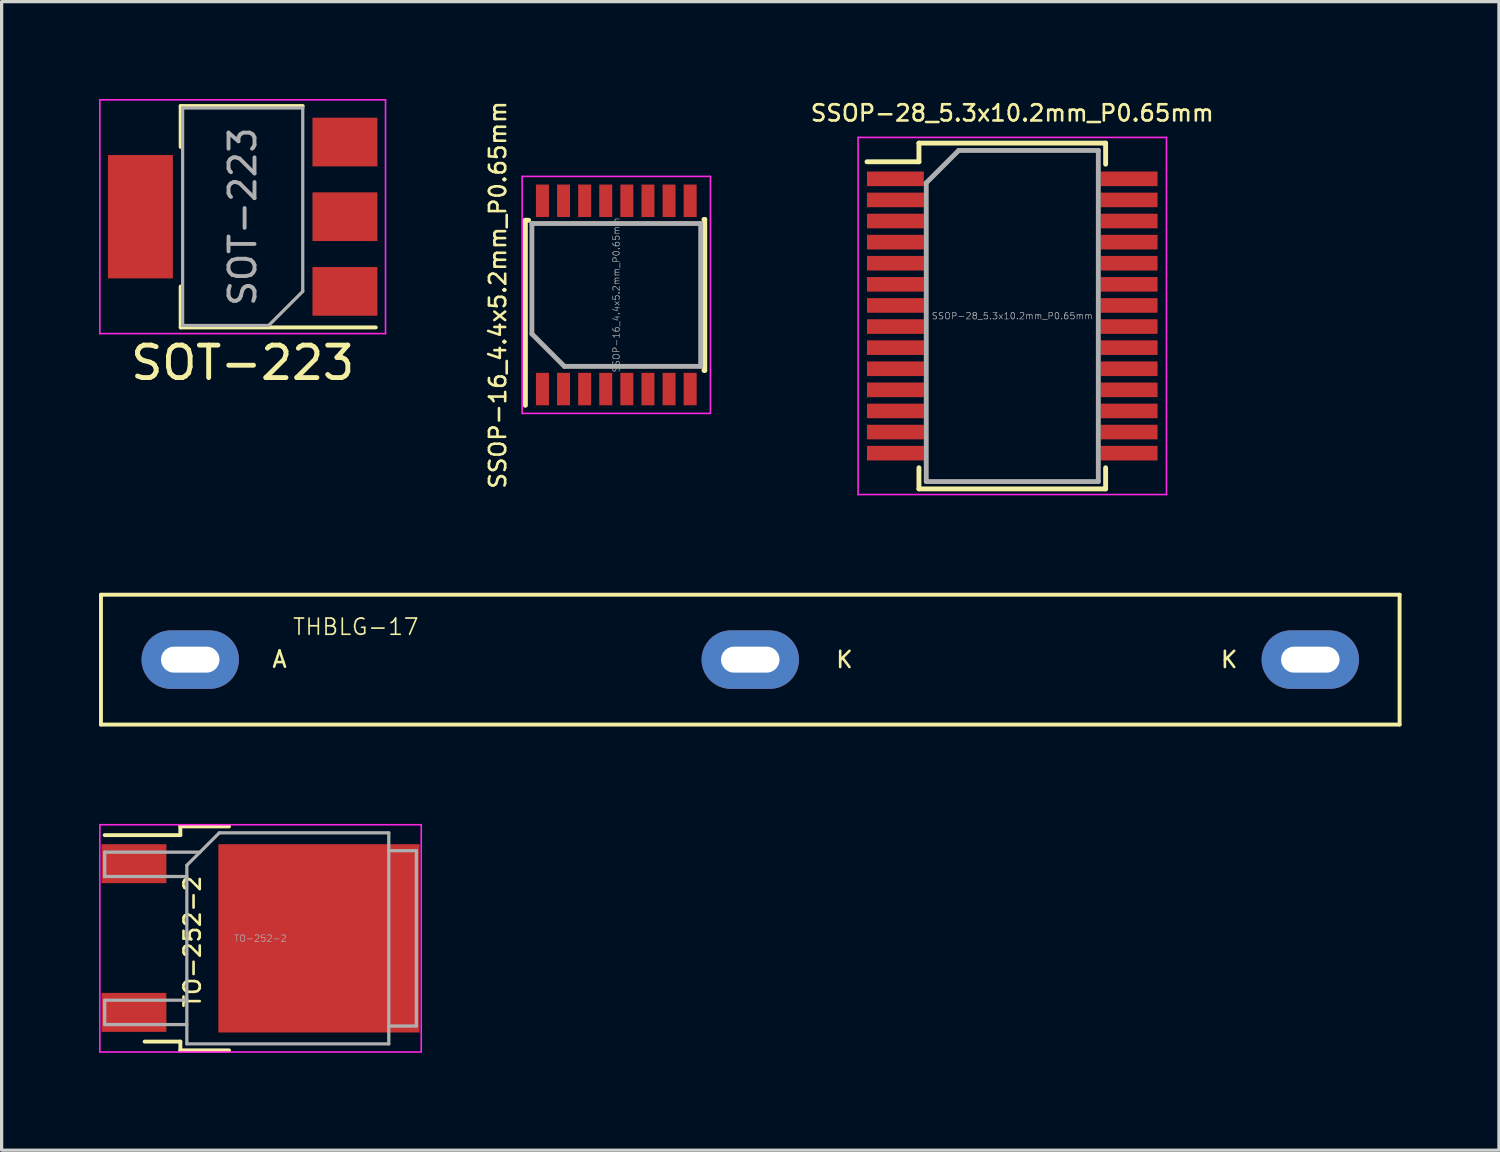
<source format=kicad_pcb>
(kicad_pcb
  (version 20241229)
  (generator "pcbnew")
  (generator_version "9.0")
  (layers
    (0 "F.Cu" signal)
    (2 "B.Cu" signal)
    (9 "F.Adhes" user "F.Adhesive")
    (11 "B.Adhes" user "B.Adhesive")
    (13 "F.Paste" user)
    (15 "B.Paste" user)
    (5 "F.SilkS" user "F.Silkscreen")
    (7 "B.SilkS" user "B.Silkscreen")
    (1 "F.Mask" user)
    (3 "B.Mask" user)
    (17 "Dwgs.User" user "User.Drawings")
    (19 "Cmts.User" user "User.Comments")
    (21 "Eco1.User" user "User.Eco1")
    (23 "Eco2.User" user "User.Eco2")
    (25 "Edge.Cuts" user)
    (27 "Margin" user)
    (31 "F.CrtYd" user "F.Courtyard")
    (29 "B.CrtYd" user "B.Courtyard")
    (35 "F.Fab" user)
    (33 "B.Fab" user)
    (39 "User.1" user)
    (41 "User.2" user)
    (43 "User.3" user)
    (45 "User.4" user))
  (footprint "SSOP-28_5.3x10.2mm_P0.65mm"
    (layer "F.Cu")
    (at 28.13 6.683)
    (property "Reference" "SSOP-28_5.3x10.2mm_P0.65mm" (at 0 -6.25 0) (layer "F.SilkS") (effects (font (size 0.5 0.5) (thickness 0.08))))
    (attr smd)
    (fp_line (start -2.875 -5.325) (end -2.875 -4.75) (stroke (width 0.15) (type solid)) (layer "F.SilkS"))
    (fp_line (start -2.875 -5.325) (end 2.875 -5.325) (stroke (width 0.15) (type solid)) (layer "F.SilkS"))
    (fp_line (start -2.875 -4.75) (end -4.475 -4.75) (stroke (width 0.15) (type solid)) (layer "F.SilkS"))
    (fp_line (start -2.875 5.325) (end -2.875 4.675) (stroke (width 0.15) (type solid)) (layer "F.SilkS"))
    (fp_line (start -2.875 5.325) (end 2.875 5.325) (stroke (width 0.15) (type solid)) (layer "F.SilkS"))
    (fp_line (start 2.875 -5.325) (end 2.875 -4.675) (stroke (width 0.15) (type solid)) (layer "F.SilkS"))
    (fp_line (start 2.875 5.325) (end 2.875 4.675) (stroke (width 0.15) (type solid)) (layer "F.SilkS"))
    (fp_line (start -4.75 -5.5) (end -4.75 5.5) (stroke (width 0.05) (type solid)) (layer "F.CrtYd"))
    (fp_line (start -4.75 -5.5) (end 4.75 -5.5) (stroke (width 0.05) (type solid)) (layer "F.CrtYd"))
    (fp_line (start -4.75 5.5) (end 4.75 5.5) (stroke (width 0.05) (type solid)) (layer "F.CrtYd"))
    (fp_line (start 4.75 -5.5) (end 4.75 5.5) (stroke (width 0.05) (type solid)) (layer "F.CrtYd"))
    (fp_line (start -2.65 -4.1) (end -1.65 -5.1) (stroke (width 0.15) (type solid)) (layer "F.Fab"))
    (fp_line (start -2.65 5.1) (end -2.65 -4.1) (stroke (width 0.15) (type solid)) (layer "F.Fab"))
    (fp_line (start -1.65 -5.1) (end 2.65 -5.1) (stroke (width 0.15) (type solid)) (layer "F.Fab"))
    (fp_line (start 2.65 -5.1) (end 2.65 5.1) (stroke (width 0.15) (type solid)) (layer "F.Fab"))
    (fp_line (start 2.65 5.1) (end -2.65 5.1) (stroke (width 0.15) (type solid)) (layer "F.Fab"))
    (fp_text user "${REFERENCE}" (at 0 0 0) (layer "F.Fab") (effects (font (size 0.2 0.2) (thickness 0.02))))
    (pad "1" smd rect (at -3.6 -4.225) (size 1.75 0.45) (layers "F.Cu" "F.Mask" "F.Paste"))
    (pad "2" smd rect (at -3.6 -3.575) (size 1.75 0.45) (layers "F.Cu" "F.Mask" "F.Paste"))
    (pad "3" smd rect (at -3.6 -2.925) (size 1.75 0.45) (layers "F.Cu" "F.Mask" "F.Paste"))
    (pad "4" smd rect (at -3.6 -2.275) (size 1.75 0.45) (layers "F.Cu" "F.Mask" "F.Paste"))
    (pad "5" smd rect (at -3.6 -1.625) (size 1.75 0.45) (layers "F.Cu" "F.Mask" "F.Paste"))
    (pad "6" smd rect (at -3.6 -0.975) (size 1.75 0.45) (layers "F.Cu" "F.Mask" "F.Paste"))
    (pad "7" smd rect (at -3.6 -0.325) (size 1.75 0.45) (layers "F.Cu" "F.Mask" "F.Paste"))
    (pad "8" smd rect (at -3.6 0.325) (size 1.75 0.45) (layers "F.Cu" "F.Mask" "F.Paste"))
    (pad "9" smd rect (at -3.6 0.975) (size 1.75 0.45) (layers "F.Cu" "F.Mask" "F.Paste"))
    (pad "10" smd rect (at -3.6 1.625) (size 1.75 0.45) (layers "F.Cu" "F.Mask" "F.Paste"))
    (pad "11" smd rect (at -3.6 2.275) (size 1.75 0.45) (layers "F.Cu" "F.Mask" "F.Paste"))
    (pad "12" smd rect (at -3.6 2.925) (size 1.75 0.45) (layers "F.Cu" "F.Mask" "F.Paste"))
    (pad "13" smd rect (at -3.6 3.575) (size 1.75 0.45) (layers "F.Cu" "F.Mask" "F.Paste"))
    (pad "14" smd rect (at -3.6 4.225) (size 1.75 0.45) (layers "F.Cu" "F.Mask" "F.Paste"))
    (pad "15" smd rect (at 3.6 4.225) (size 1.75 0.45) (layers "F.Cu" "F.Mask" "F.Paste"))
    (pad "16" smd rect (at 3.6 3.575) (size 1.75 0.45) (layers "F.Cu" "F.Mask" "F.Paste"))
    (pad "17" smd rect (at 3.6 2.925) (size 1.75 0.45) (layers "F.Cu" "F.Mask" "F.Paste"))
    (pad "18" smd rect (at 3.6 2.275) (size 1.75 0.45) (layers "F.Cu" "F.Mask" "F.Paste"))
    (pad "19" smd rect (at 3.6 1.625) (size 1.75 0.45) (layers "F.Cu" "F.Mask" "F.Paste"))
    (pad "20" smd rect (at 3.6 0.975) (size 1.75 0.45) (layers "F.Cu" "F.Mask" "F.Paste"))
    (pad "21" smd rect (at 3.6 0.325) (size 1.75 0.45) (layers "F.Cu" "F.Mask" "F.Paste"))
    (pad "22" smd rect (at 3.6 -0.325) (size 1.75 0.45) (layers "F.Cu" "F.Mask" "F.Paste"))
    (pad "23" smd rect (at 3.6 -0.975) (size 1.75 0.45) (layers "F.Cu" "F.Mask" "F.Paste"))
    (pad "24" smd rect (at 3.6 -1.625) (size 1.75 0.45) (layers "F.Cu" "F.Mask" "F.Paste"))
    (pad "25" smd rect (at 3.6 -2.275) (size 1.75 0.45) (layers "F.Cu" "F.Mask" "F.Paste"))
    (pad "26" smd rect (at 3.6 -2.925) (size 1.75 0.45) (layers "F.Cu" "F.Mask" "F.Paste"))
    (pad "27" smd rect (at 3.6 -3.575) (size 1.75 0.45) (layers "F.Cu" "F.Mask" "F.Paste"))
    (pad "28" smd rect (at 3.6 -4.225) (size 1.75 0.45) (layers "F.Cu" "F.Mask" "F.Paste")))
  (footprint "TO-252-2"
    (layer "F.Cu")
    (at 4.975 25.853)
    (property "Reference" "TO-252-2" (at -2.1 0.1 90) (layer "F.SilkS") (effects (font (size 0.5 0.5) (thickness 0.08))))
    (attr smd)
    (fp_line (start -2.47 -3.45) (end -2.47 -3.18) (stroke (width 0.12) (type solid)) (layer "F.SilkS"))
    (fp_line (start -2.47 -3.18) (end -4.8 -3.18) (stroke (width 0.12) (type solid)) (layer "F.SilkS"))
    (fp_line (start -2.47 3.18) (end -3.57 3.18) (stroke (width 0.12) (type solid)) (layer "F.SilkS"))
    (fp_line (start -2.47 3.45) (end -2.47 3.18) (stroke (width 0.12) (type solid)) (layer "F.SilkS"))
    (fp_line (start -0.97 -3.45) (end -2.47 -3.45) (stroke (width 0.12) (type solid)) (layer "F.SilkS"))
    (fp_line (start -0.97 3.45) (end -2.47 3.45) (stroke (width 0.12) (type solid)) (layer "F.SilkS"))
    (fp_line (start -4.95 -3.5) (end -4.95 3.5) (stroke (width 0.05) (type solid)) (layer "F.CrtYd"))
    (fp_line (start -4.95 3.5) (end 4.95 3.5) (stroke (width 0.05) (type solid)) (layer "F.CrtYd"))
    (fp_line (start 4.95 -3.5) (end -4.95 -3.5) (stroke (width 0.05) (type solid)) (layer "F.CrtYd"))
    (fp_line (start 4.95 3.5) (end 4.95 -3.5) (stroke (width 0.05) (type solid)) (layer "F.CrtYd"))
    (fp_line (start -4.8 -2.655) (end -4.8 -1.905) (stroke (width 0.1) (type solid)) (layer "F.Fab"))
    (fp_line (start -4.8 -1.905) (end -2.27 -1.905) (stroke (width 0.1) (type solid)) (layer "F.Fab"))
    (fp_line (start -4.8 1.905) (end -4.8 2.655) (stroke (width 0.1) (type solid)) (layer "F.Fab"))
    (fp_line (start -4.8 2.655) (end -2.27 2.655) (stroke (width 0.1) (type solid)) (layer "F.Fab"))
    (fp_line (start -2.27 -2.25) (end -1.27 -3.25) (stroke (width 0.1) (type solid)) (layer "F.Fab"))
    (fp_line (start -2.27 1.905) (end -4.8 1.905) (stroke (width 0.1) (type solid)) (layer "F.Fab"))
    (fp_line (start -2.27 3.25) (end -2.27 -2.25) (stroke (width 0.1) (type solid)) (layer "F.Fab"))
    (fp_line (start -1.865 -2.655) (end -4.8 -2.655) (stroke (width 0.1) (type solid)) (layer "F.Fab"))
    (fp_line (start -1.27 -3.25) (end 3.95 -3.25) (stroke (width 0.1) (type solid)) (layer "F.Fab"))
    (fp_line (start 3.95 -3.25) (end 3.95 3.25) (stroke (width 0.1) (type solid)) (layer "F.Fab"))
    (fp_line (start 3.95 -2.7) (end 4.8 -2.7) (stroke (width 0.1) (type solid)) (layer "F.Fab"))
    (fp_line (start 3.95 3.25) (end -2.27 3.25) (stroke (width 0.1) (type solid)) (layer "F.Fab"))
    (fp_line (start 4.8 -2.7) (end 4.8 2.7) (stroke (width 0.1) (type solid)) (layer "F.Fab"))
    (fp_line (start 4.8 2.7) (end 3.95 2.7) (stroke (width 0.1) (type solid)) (layer "F.Fab"))
    (fp_text user "${REFERENCE}" (at 0 0 180) (layer "F.Fab") (effects (font (size 0.2 0.2) (thickness 0.02))))
    (pad "" smd rect (at 1.8 0) (size 6.2 5.8) (layers "F.Paste"))
    (pad "1" smd rect (at -3.9 -2.3) (size 2 1.2) (layers "F.Cu" "F.Mask" "F.Paste"))
    (pad "2" smd rect (at 1.8 0) (size 6.2 5.8) (layers "F.Cu" "F.Mask"))
    (pad "3" smd rect (at -3.9 2.28) (size 2 1.2) (layers "F.Cu" "F.Mask" "F.Paste")))
  (footprint "SSOP-16_4.4x5.2mm_P0.65mm"
    (layer "F.Cu")
    (at 15.933 6.034)
    (property "Reference" "SSOP-16_4.4x5.2mm_P0.65mm" (at -3.65 0 90) (layer "F.SilkS") (effects (font (size 0.5 0.5) (thickness 0.08))))
    (attr smd)
    (fp_line (start -2.8 -2.3) (end -2.7 -2.3) (stroke (width 0.15) (type solid)) (layer "F.SilkS"))
    (fp_line (start -2.8 3.4) (end -2.8 -2.3) (stroke (width 0.15) (type solid)) (layer "F.SilkS"))
    (fp_line (start 2.725 -2.325) (end 2.7 -2.325) (stroke (width 0.15) (type solid)) (layer "F.SilkS"))
    (fp_line (start 2.725 2.325) (end 2.7 2.325) (stroke (width 0.15) (type solid)) (layer "F.SilkS"))
    (fp_line (start 2.725 2.325) (end 2.725 -2.325) (stroke (width 0.15) (type solid)) (layer "F.SilkS"))
    (fp_line (start -2.9 -3.65) (end 2.9 -3.65) (stroke (width 0.05) (type solid)) (layer "F.CrtYd"))
    (fp_line (start -2.9 3.65) (end -2.9 -3.65) (stroke (width 0.05) (type solid)) (layer "F.CrtYd"))
    (fp_line (start -2.9 3.65) (end 2.9 3.65) (stroke (width 0.05) (type solid)) (layer "F.CrtYd"))
    (fp_line (start 2.9 3.65) (end 2.9 -3.65) (stroke (width 0.05) (type solid)) (layer "F.CrtYd"))
    (fp_line (start -2.6 -2.2) (end 2.6 -2.2) (stroke (width 0.15) (type solid)) (layer "F.Fab"))
    (fp_line (start -2.6 1.2) (end -2.6 -2.2) (stroke (width 0.15) (type solid)) (layer "F.Fab"))
    (fp_line (start -1.6 2.2) (end -2.6 1.2) (stroke (width 0.15) (type solid)) (layer "F.Fab"))
    (fp_line (start 2.6 -2.2) (end 2.6 2.2) (stroke (width 0.15) (type solid)) (layer "F.Fab"))
    (fp_line (start 2.6 2.2) (end -1.6 2.2) (stroke (width 0.15) (type solid)) (layer "F.Fab"))
    (fp_text user "${REFERENCE}" (at 0 0 90) (layer "F.Fab") (effects (font (size 0.2 0.2) (thickness 0.02))))
    (pad "1" smd rect (at -2.275 2.9 90) (size 1 0.4) (layers "F.Cu" "F.Mask" "F.Paste"))
    (pad "2" smd rect (at -1.625 2.9 90) (size 1 0.4) (layers "F.Cu" "F.Mask" "F.Paste"))
    (pad "3" smd rect (at -0.975 2.9 90) (size 1 0.4) (layers "F.Cu" "F.Mask" "F.Paste"))
    (pad "4" smd rect (at -0.325 2.9 90) (size 1 0.4) (layers "F.Cu" "F.Mask" "F.Paste"))
    (pad "5" smd rect (at 0.325 2.9 90) (size 1 0.4) (layers "F.Cu" "F.Mask" "F.Paste"))
    (pad "6" smd rect (at 0.975 2.9 90) (size 1 0.4) (layers "F.Cu" "F.Mask" "F.Paste"))
    (pad "7" smd rect (at 1.625 2.9 90) (size 1 0.4) (layers "F.Cu" "F.Mask" "F.Paste"))
    (pad "8" smd rect (at 2.275 2.9 90) (size 1 0.4) (layers "F.Cu" "F.Mask" "F.Paste"))
    (pad "9" smd rect (at 2.275 -2.9 90) (size 1 0.4) (layers "F.Cu" "F.Mask" "F.Paste"))
    (pad "10" smd rect (at 1.625 -2.9 90) (size 1 0.4) (layers "F.Cu" "F.Mask" "F.Paste"))
    (pad "11" smd rect (at 0.975 -2.9 90) (size 1 0.4) (layers "F.Cu" "F.Mask" "F.Paste"))
    (pad "12" smd rect (at 0.325 -2.9 90) (size 1 0.4) (layers "F.Cu" "F.Mask" "F.Paste"))
    (pad "13" smd rect (at -0.325 -2.9 90) (size 1 0.4) (layers "F.Cu" "F.Mask" "F.Paste"))
    (pad "14" smd rect (at -0.975 -2.9 90) (size 1 0.4) (layers "F.Cu" "F.Mask" "F.Paste"))
    (pad "15" smd rect (at -1.625 -2.9 90) (size 1 0.4) (layers "F.Cu" "F.Mask" "F.Paste"))
    (pad "16" smd rect (at -2.275 -2.9 90) (size 1 0.4) (layers "F.Cu" "F.Mask" "F.Paste")))
  (footprint "THBLG-17"
    (layer "F.Cu")
    (at 20.06 17.268)
    (property "Reference" "THBLG-17" (at -12.15 -1.01 0) (layer "F.SilkS") (effects (font (size 0.5 0.5) (thickness 0.05))))
    (attr through_hole)
    (fp_line (start -20 -2) (end -20 2) (stroke (width 0.12) (type solid)) (layer "F.SilkS"))
    (fp_line (start -20 -2) (end 20 -2) (stroke (width 0.12) (type solid)) (layer "F.SilkS"))
    (fp_line (start -20 2) (end 20 2) (stroke (width 0.12) (type solid)) (layer "F.SilkS"))
    (fp_line (start 20 -2) (end 20 2) (stroke (width 0.12) (type solid)) (layer "F.SilkS"))
    (fp_text user "K" (at 2.9 0 0) (layer "F.SilkS") (effects (font (size 0.5 0.5) (thickness 0.08))))
    (fp_text user "A" (at -14.5 -0.01 0) (layer "F.SilkS") (effects (font (size 0.5 0.5) (thickness 0.08))))
    (fp_text user "K" (at 14.75 0 0) (layer "F.SilkS") (effects (font (size 0.5 0.5) (thickness 0.08))))
    (pad "1" thru_hole oval (at 17.25 0) (size 3 1.8) (drill oval 1.8 0.8) (layers "*.Cu" "*.Mask"))
    (pad "2" thru_hole oval (at 0 0) (size 3 1.8) (drill oval 1.8 0.8) (layers "*.Cu" "*.Mask"))
    (pad "3" thru_hole oval (at -17.25 0) (size 3 1.8) (drill oval 1.8 0.8) (layers "*.Cu" "*.Mask")))
  (footprint "SOT-223"
    (layer "F.Cu")
    (at 4.425 3.625)
    (property "Reference" "SOT-223" (at 0 4.5 180) (layer "F.SilkS") (effects (font (size 1 1) (thickness 0.15))))
    (attr smd)
    (fp_line (start -1.91 -3.41) (end -1.91 -2.15) (stroke (width 0.12) (type solid)) (layer "F.SilkS"))
    (fp_line (start -1.91 3.41) (end -1.91 2.15) (stroke (width 0.12) (type solid)) (layer "F.SilkS"))
    (fp_line (start 1.85 -3.41) (end -1.91 -3.41) (stroke (width 0.12) (type solid)) (layer "F.SilkS"))
    (fp_line (start 4.1 3.41) (end -1.91 3.41) (stroke (width 0.12) (type solid)) (layer "F.SilkS"))
    (fp_line (start -4.4 -3.6) (end -4.4 3.6) (stroke (width 0.05) (type solid)) (layer "F.CrtYd"))
    (fp_line (start -4.4 3.6) (end 4.4 3.6) (stroke (width 0.05) (type solid)) (layer "F.CrtYd"))
    (fp_line (start 4.4 -3.6) (end -4.4 -3.6) (stroke (width 0.05) (type solid)) (layer "F.CrtYd"))
    (fp_line (start 4.4 3.6) (end 4.4 -3.6) (stroke (width 0.05) (type solid)) (layer "F.CrtYd"))
    (fp_line (start -1.85 3.35) (end -1.85 -3.35) (stroke (width 0.1) (type solid)) (layer "F.Fab"))
    (fp_line (start 0.8 3.35) (end -1.85 3.35) (stroke (width 0.1) (type solid)) (layer "F.Fab"))
    (fp_line (start 1.85 -3.35) (end -1.85 -3.35) (stroke (width 0.1) (type solid)) (layer "F.Fab"))
    (fp_line (start 1.85 2.3) (end 0.8 3.35) (stroke (width 0.1) (type solid)) (layer "F.Fab"))
    (fp_line (start 1.85 2.3) (end 1.85 -3.35) (stroke (width 0.1) (type solid)) (layer "F.Fab"))
    (fp_text user "${REFERENCE}" (at 0 0 270) (layer "F.Fab") (effects (font (size 0.8 0.8) (thickness 0.12))))
    (pad "1" smd rect (at 3.15 2.3 180) (size 2 1.5) (layers "F.Cu" "F.Mask" "F.Paste"))
    (pad "2" smd rect (at 3.15 0 180) (size 2 1.5) (layers "F.Cu" "F.Mask" "F.Paste"))
    (pad "3" smd rect (at 3.15 -2.3 180) (size 2 1.5) (layers "F.Cu" "F.Mask" "F.Paste"))
    (pad "4" smd rect (at -3.15 0 180) (size 2 3.8) (layers "F.Cu" "F.Mask" "F.Paste")))
  (gr_rect
    (start -3 -3)
    (end 43.12 32.378)
    (stroke (width 0.1) (type default))
    (fill no)
    (layer "Edge.Cuts")))
</source>
